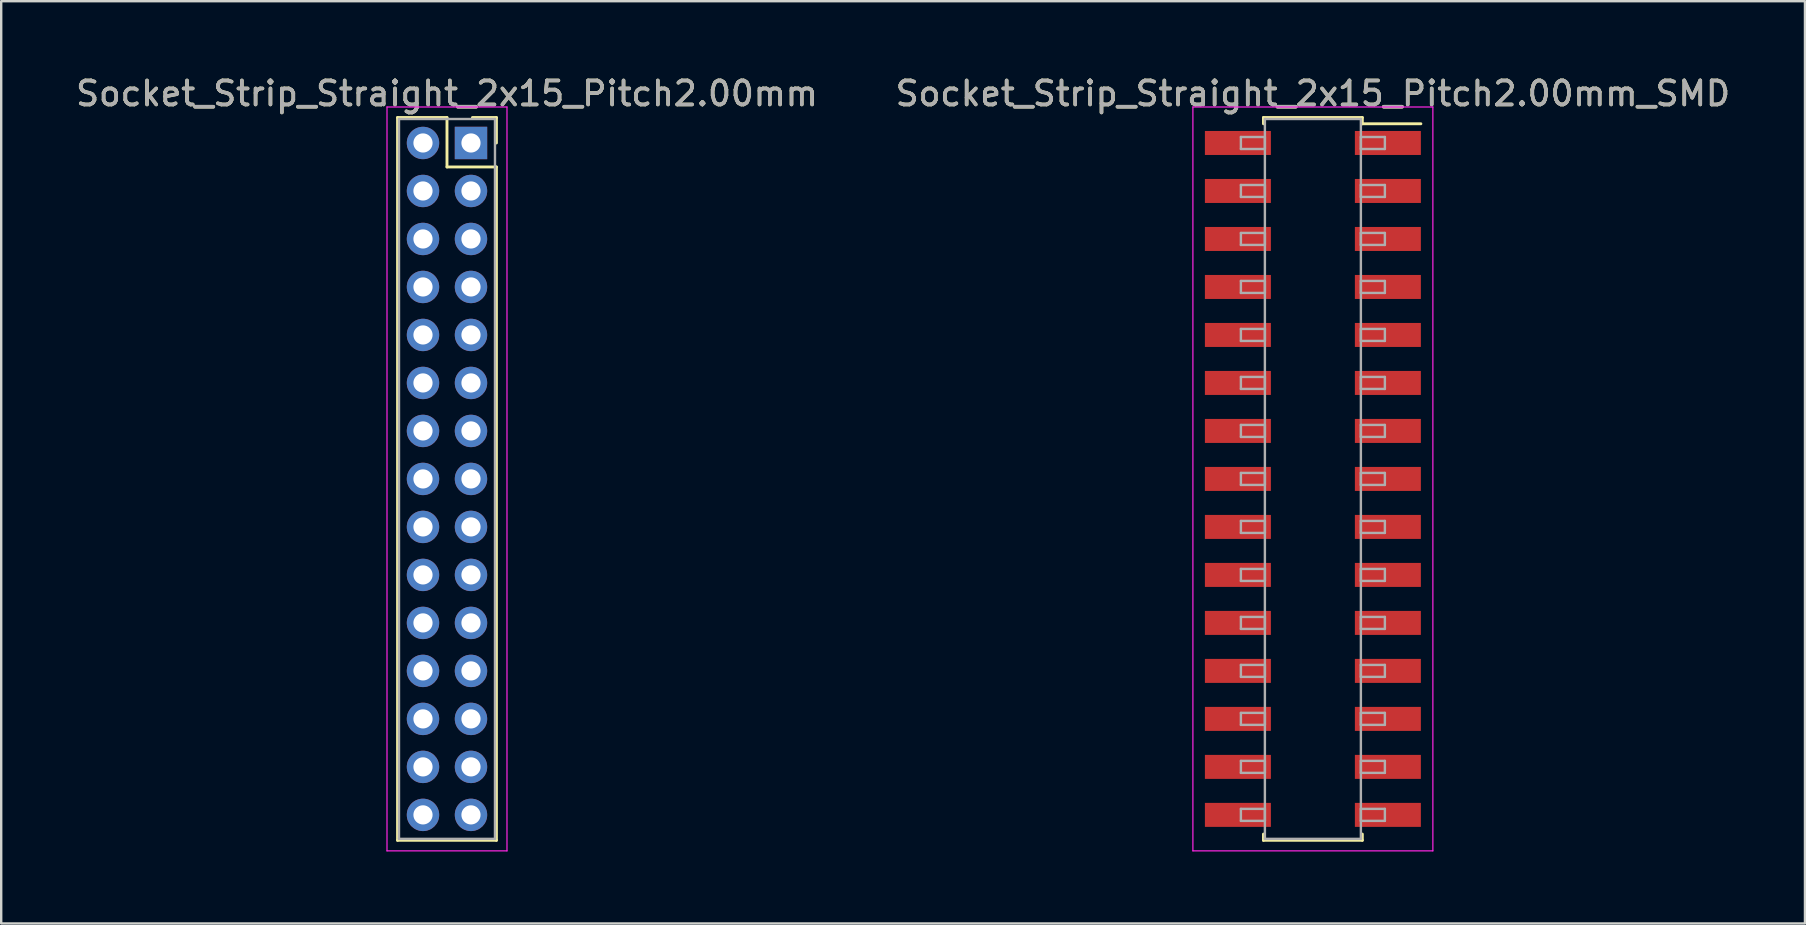
<source format=kicad_pcb>
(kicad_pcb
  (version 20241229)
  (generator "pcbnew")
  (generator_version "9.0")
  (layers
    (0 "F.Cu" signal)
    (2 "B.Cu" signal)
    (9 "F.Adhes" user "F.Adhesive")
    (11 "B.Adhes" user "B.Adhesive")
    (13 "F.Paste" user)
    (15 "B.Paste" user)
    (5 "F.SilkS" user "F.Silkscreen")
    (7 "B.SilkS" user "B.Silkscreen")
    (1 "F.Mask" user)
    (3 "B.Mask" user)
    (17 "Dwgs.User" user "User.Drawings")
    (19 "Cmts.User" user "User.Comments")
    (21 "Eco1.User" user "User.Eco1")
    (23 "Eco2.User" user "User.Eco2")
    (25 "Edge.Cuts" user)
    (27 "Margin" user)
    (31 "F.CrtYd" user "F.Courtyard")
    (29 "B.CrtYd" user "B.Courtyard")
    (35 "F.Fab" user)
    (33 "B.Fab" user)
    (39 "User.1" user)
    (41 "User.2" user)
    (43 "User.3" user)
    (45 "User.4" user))
  (footprint "Socket_Strip_Straight_2x15_Pitch2.00mm"
    (layer "F.Cu")
    (at 16.577 2.908)
    (property "Reference" "Socket_Strip_Straight_2x15_Pitch2.00mm" (at -1 -2.06 0) (layer "F.SilkS") (effects (font (size 1 1) (thickness 0.15))))
    (attr through_hole)
    (fp_line (start -3.06 -1.06) (end -1 -1.06) (stroke (width 0.12) (type solid)) (layer "F.SilkS"))
    (fp_line (start -3.06 29.06) (end -3.06 -1.06) (stroke (width 0.12) (type solid)) (layer "F.SilkS"))
    (fp_line (start -1 -1.06) (end -1 1) (stroke (width 0.12) (type solid)) (layer "F.SilkS"))
    (fp_line (start -1 1) (end 1.06 1) (stroke (width 0.12) (type solid)) (layer "F.SilkS"))
    (fp_line (start 1.06 -1.06) (end 0.06 -1.06) (stroke (width 0.12) (type solid)) (layer "F.SilkS"))
    (fp_line (start 1.06 0) (end 1.06 -1.06) (stroke (width 0.12) (type solid)) (layer "F.SilkS"))
    (fp_line (start 1.06 1) (end 1.06 29.06) (stroke (width 0.12) (type solid)) (layer "F.SilkS"))
    (fp_line (start 1.06 29.06) (end -3.06 29.06) (stroke (width 0.12) (type solid)) (layer "F.SilkS"))
    (fp_line (start -3.5 -1.5) (end -3.5 29.5) (stroke (width 0.05) (type solid)) (layer "F.CrtYd"))
    (fp_line (start -3.5 29.5) (end 1.5 29.5) (stroke (width 0.05) (type solid)) (layer "F.CrtYd"))
    (fp_line (start 1.5 -1.5) (end -3.5 -1.5) (stroke (width 0.05) (type solid)) (layer "F.CrtYd"))
    (fp_line (start 1.5 29.5) (end 1.5 -1.5) (stroke (width 0.05) (type solid)) (layer "F.CrtYd"))
    (fp_line (start -3 -1) (end -3 29) (stroke (width 0.1) (type solid)) (layer "F.Fab"))
    (fp_line (start -3 29) (end 1 29) (stroke (width 0.1) (type solid)) (layer "F.Fab"))
    (fp_line (start 1 -1) (end -3 -1) (stroke (width 0.1) (type solid)) (layer "F.Fab"))
    (fp_line (start 1 29) (end 1 -1) (stroke (width 0.1) (type solid)) (layer "F.Fab"))
    (fp_text user "${REFERENCE}" (at -1 -2.06 0) (layer "F.Fab") (effects (font (size 1 1) (thickness 0.15))))
    (pad "1" thru_hole rect (at 0 0) (size 1.35 1.35) (drill 0.8) (layers "*.Cu" "*.Mask"))
    (pad "2" thru_hole oval (at -2 0) (size 1.35 1.35) (drill 0.8) (layers "*.Cu" "*.Mask"))
    (pad "3" thru_hole oval (at 0 2) (size 1.35 1.35) (drill 0.8) (layers "*.Cu" "*.Mask"))
    (pad "4" thru_hole oval (at -2 2) (size 1.35 1.35) (drill 0.8) (layers "*.Cu" "*.Mask"))
    (pad "5" thru_hole oval (at 0 4) (size 1.35 1.35) (drill 0.8) (layers "*.Cu" "*.Mask"))
    (pad "6" thru_hole oval (at -2 4) (size 1.35 1.35) (drill 0.8) (layers "*.Cu" "*.Mask"))
    (pad "7" thru_hole oval (at 0 6) (size 1.35 1.35) (drill 0.8) (layers "*.Cu" "*.Mask"))
    (pad "8" thru_hole oval (at -2 6) (size 1.35 1.35) (drill 0.8) (layers "*.Cu" "*.Mask"))
    (pad "9" thru_hole oval (at 0 8) (size 1.35 1.35) (drill 0.8) (layers "*.Cu" "*.Mask"))
    (pad "10" thru_hole oval (at -2 8) (size 1.35 1.35) (drill 0.8) (layers "*.Cu" "*.Mask"))
    (pad "11" thru_hole oval (at 0 10) (size 1.35 1.35) (drill 0.8) (layers "*.Cu" "*.Mask"))
    (pad "12" thru_hole oval (at -2 10) (size 1.35 1.35) (drill 0.8) (layers "*.Cu" "*.Mask"))
    (pad "13" thru_hole oval (at 0 12) (size 1.35 1.35) (drill 0.8) (layers "*.Cu" "*.Mask"))
    (pad "14" thru_hole oval (at -2 12) (size 1.35 1.35) (drill 0.8) (layers "*.Cu" "*.Mask"))
    (pad "15" thru_hole oval (at 0 14) (size 1.35 1.35) (drill 0.8) (layers "*.Cu" "*.Mask"))
    (pad "16" thru_hole oval (at -2 14) (size 1.35 1.35) (drill 0.8) (layers "*.Cu" "*.Mask"))
    (pad "17" thru_hole oval (at 0 16) (size 1.35 1.35) (drill 0.8) (layers "*.Cu" "*.Mask"))
    (pad "18" thru_hole oval (at -2 16) (size 1.35 1.35) (drill 0.8) (layers "*.Cu" "*.Mask"))
    (pad "19" thru_hole oval (at 0 18) (size 1.35 1.35) (drill 0.8) (layers "*.Cu" "*.Mask"))
    (pad "20" thru_hole oval (at -2 18) (size 1.35 1.35) (drill 0.8) (layers "*.Cu" "*.Mask"))
    (pad "21" thru_hole oval (at 0 20) (size 1.35 1.35) (drill 0.8) (layers "*.Cu" "*.Mask"))
    (pad "22" thru_hole oval (at -2 20) (size 1.35 1.35) (drill 0.8) (layers "*.Cu" "*.Mask"))
    (pad "23" thru_hole oval (at 0 22) (size 1.35 1.35) (drill 0.8) (layers "*.Cu" "*.Mask"))
    (pad "24" thru_hole oval (at -2 22) (size 1.35 1.35) (drill 0.8) (layers "*.Cu" "*.Mask"))
    (pad "25" thru_hole oval (at 0 24) (size 1.35 1.35) (drill 0.8) (layers "*.Cu" "*.Mask"))
    (pad "26" thru_hole oval (at -2 24) (size 1.35 1.35) (drill 0.8) (layers "*.Cu" "*.Mask"))
    (pad "27" thru_hole oval (at 0 26) (size 1.35 1.35) (drill 0.8) (layers "*.Cu" "*.Mask"))
    (pad "28" thru_hole oval (at -2 26) (size 1.35 1.35) (drill 0.8) (layers "*.Cu" "*.Mask"))
    (pad "29" thru_hole oval (at 0 28) (size 1.35 1.35) (drill 0.8) (layers "*.Cu" "*.Mask"))
    (pad "30" thru_hole oval (at -2 28) (size 1.35 1.35) (drill 0.8) (layers "*.Cu" "*.Mask")))
  (footprint "Socket_Strip_Straight_2x15_Pitch2.00mm_SMD"
    (layer "F.Cu")
    (at 51.661 16.908)
    (property "Reference" "Socket_Strip_Straight_2x15_Pitch2.00mm_SMD" (at 0 -16.06 0) (layer "F.SilkS") (effects (font (size 1 1) (thickness 0.15))))
    (attr smd)
    (fp_line (start -2.06 -15.06) (end 2.06 -15.06) (stroke (width 0.12) (type solid)) (layer "F.SilkS"))
    (fp_line (start -2.06 -14.8) (end -2.06 -15.06) (stroke (width 0.12) (type solid)) (layer "F.SilkS"))
    (fp_line (start -2.06 14.8) (end -2.06 15.06) (stroke (width 0.12) (type solid)) (layer "F.SilkS"))
    (fp_line (start -2.06 15.06) (end 2.06 15.06) (stroke (width 0.12) (type solid)) (layer "F.SilkS"))
    (fp_line (start 2.06 -15.06) (end 2.06 -14.8) (stroke (width 0.12) (type solid)) (layer "F.SilkS"))
    (fp_line (start 2.06 15.06) (end 2.06 14.8) (stroke (width 0.12) (type solid)) (layer "F.SilkS"))
    (fp_line (start 4.5 -14.8) (end 2.06 -14.8) (stroke (width 0.12) (type solid)) (layer "F.SilkS"))
    (fp_line (start -5 -15.5) (end -5 15.5) (stroke (width 0.05) (type solid)) (layer "F.CrtYd"))
    (fp_line (start -5 15.5) (end 5 15.5) (stroke (width 0.05) (type solid)) (layer "F.CrtYd"))
    (fp_line (start 5 -15.5) (end -5 -15.5) (stroke (width 0.05) (type solid)) (layer "F.CrtYd"))
    (fp_line (start 5 15.5) (end 5 -15.5) (stroke (width 0.05) (type solid)) (layer "F.CrtYd"))
    (fp_line (start -3 -14.25) (end -2 -14.25) (stroke (width 0.1) (type solid)) (layer "F.Fab"))
    (fp_line (start -3 -13.75) (end -3 -14.25) (stroke (width 0.1) (type solid)) (layer "F.Fab"))
    (fp_line (start -3 -12.25) (end -2 -12.25) (stroke (width 0.1) (type solid)) (layer "F.Fab"))
    (fp_line (start -3 -11.75) (end -3 -12.25) (stroke (width 0.1) (type solid)) (layer "F.Fab"))
    (fp_line (start -3 -10.25) (end -2 -10.25) (stroke (width 0.1) (type solid)) (layer "F.Fab"))
    (fp_line (start -3 -9.75) (end -3 -10.25) (stroke (width 0.1) (type solid)) (layer "F.Fab"))
    (fp_line (start -3 -8.25) (end -2 -8.25) (stroke (width 0.1) (type solid)) (layer "F.Fab"))
    (fp_line (start -3 -7.75) (end -3 -8.25) (stroke (width 0.1) (type solid)) (layer "F.Fab"))
    (fp_line (start -3 -6.25) (end -2 -6.25) (stroke (width 0.1) (type solid)) (layer "F.Fab"))
    (fp_line (start -3 -5.75) (end -3 -6.25) (stroke (width 0.1) (type solid)) (layer "F.Fab"))
    (fp_line (start -3 -4.25) (end -2 -4.25) (stroke (width 0.1) (type solid)) (layer "F.Fab"))
    (fp_line (start -3 -3.75) (end -3 -4.25) (stroke (width 0.1) (type solid)) (layer "F.Fab"))
    (fp_line (start -3 -2.25) (end -2 -2.25) (stroke (width 0.1) (type solid)) (layer "F.Fab"))
    (fp_line (start -3 -1.75) (end -3 -2.25) (stroke (width 0.1) (type solid)) (layer "F.Fab"))
    (fp_line (start -3 -0.25) (end -2 -0.25) (stroke (width 0.1) (type solid)) (layer "F.Fab"))
    (fp_line (start -3 0.25) (end -3 -0.25) (stroke (width 0.1) (type solid)) (layer "F.Fab"))
    (fp_line (start -3 1.75) (end -2 1.75) (stroke (width 0.1) (type solid)) (layer "F.Fab"))
    (fp_line (start -3 2.25) (end -3 1.75) (stroke (width 0.1) (type solid)) (layer "F.Fab"))
    (fp_line (start -3 3.75) (end -2 3.75) (stroke (width 0.1) (type solid)) (layer "F.Fab"))
    (fp_line (start -3 4.25) (end -3 3.75) (stroke (width 0.1) (type solid)) (layer "F.Fab"))
    (fp_line (start -3 5.75) (end -2 5.75) (stroke (width 0.1) (type solid)) (layer "F.Fab"))
    (fp_line (start -3 6.25) (end -3 5.75) (stroke (width 0.1) (type solid)) (layer "F.Fab"))
    (fp_line (start -3 7.75) (end -2 7.75) (stroke (width 0.1) (type solid)) (layer "F.Fab"))
    (fp_line (start -3 8.25) (end -3 7.75) (stroke (width 0.1) (type solid)) (layer "F.Fab"))
    (fp_line (start -3 9.75) (end -2 9.75) (stroke (width 0.1) (type solid)) (layer "F.Fab"))
    (fp_line (start -3 10.25) (end -3 9.75) (stroke (width 0.1) (type solid)) (layer "F.Fab"))
    (fp_line (start -3 11.75) (end -2 11.75) (stroke (width 0.1) (type solid)) (layer "F.Fab"))
    (fp_line (start -3 12.25) (end -3 11.75) (stroke (width 0.1) (type solid)) (layer "F.Fab"))
    (fp_line (start -3 13.75) (end -2 13.75) (stroke (width 0.1) (type solid)) (layer "F.Fab"))
    (fp_line (start -3 14.25) (end -3 13.75) (stroke (width 0.1) (type solid)) (layer "F.Fab"))
    (fp_line (start -2 -15) (end -2 15) (stroke (width 0.1) (type solid)) (layer "F.Fab"))
    (fp_line (start -2 -14.25) (end -2 -13.75) (stroke (width 0.1) (type solid)) (layer "F.Fab"))
    (fp_line (start -2 -13.75) (end -3 -13.75) (stroke (width 0.1) (type solid)) (layer "F.Fab"))
    (fp_line (start -2 -12.25) (end -2 -11.75) (stroke (width 0.1) (type solid)) (layer "F.Fab"))
    (fp_line (start -2 -11.75) (end -3 -11.75) (stroke (width 0.1) (type solid)) (layer "F.Fab"))
    (fp_line (start -2 -10.25) (end -2 -9.75) (stroke (width 0.1) (type solid)) (layer "F.Fab"))
    (fp_line (start -2 -9.75) (end -3 -9.75) (stroke (width 0.1) (type solid)) (layer "F.Fab"))
    (fp_line (start -2 -8.25) (end -2 -7.75) (stroke (width 0.1) (type solid)) (layer "F.Fab"))
    (fp_line (start -2 -7.75) (end -3 -7.75) (stroke (width 0.1) (type solid)) (layer "F.Fab"))
    (fp_line (start -2 -6.25) (end -2 -5.75) (stroke (width 0.1) (type solid)) (layer "F.Fab"))
    (fp_line (start -2 -5.75) (end -3 -5.75) (stroke (width 0.1) (type solid)) (layer "F.Fab"))
    (fp_line (start -2 -4.25) (end -2 -3.75) (stroke (width 0.1) (type solid)) (layer "F.Fab"))
    (fp_line (start -2 -3.75) (end -3 -3.75) (stroke (width 0.1) (type solid)) (layer "F.Fab"))
    (fp_line (start -2 -2.25) (end -2 -1.75) (stroke (width 0.1) (type solid)) (layer "F.Fab"))
    (fp_line (start -2 -1.75) (end -3 -1.75) (stroke (width 0.1) (type solid)) (layer "F.Fab"))
    (fp_line (start -2 -0.25) (end -2 0.25) (stroke (width 0.1) (type solid)) (layer "F.Fab"))
    (fp_line (start -2 0.25) (end -3 0.25) (stroke (width 0.1) (type solid)) (layer "F.Fab"))
    (fp_line (start -2 1.75) (end -2 2.25) (stroke (width 0.1) (type solid)) (layer "F.Fab"))
    (fp_line (start -2 2.25) (end -3 2.25) (stroke (width 0.1) (type solid)) (layer "F.Fab"))
    (fp_line (start -2 3.75) (end -2 4.25) (stroke (width 0.1) (type solid)) (layer "F.Fab"))
    (fp_line (start -2 4.25) (end -3 4.25) (stroke (width 0.1) (type solid)) (layer "F.Fab"))
    (fp_line (start -2 5.75) (end -2 6.25) (stroke (width 0.1) (type solid)) (layer "F.Fab"))
    (fp_line (start -2 6.25) (end -3 6.25) (stroke (width 0.1) (type solid)) (layer "F.Fab"))
    (fp_line (start -2 7.75) (end -2 8.25) (stroke (width 0.1) (type solid)) (layer "F.Fab"))
    (fp_line (start -2 8.25) (end -3 8.25) (stroke (width 0.1) (type solid)) (layer "F.Fab"))
    (fp_line (start -2 9.75) (end -2 10.25) (stroke (width 0.1) (type solid)) (layer "F.Fab"))
    (fp_line (start -2 10.25) (end -3 10.25) (stroke (width 0.1) (type solid)) (layer "F.Fab"))
    (fp_line (start -2 11.75) (end -2 12.25) (stroke (width 0.1) (type solid)) (layer "F.Fab"))
    (fp_line (start -2 12.25) (end -3 12.25) (stroke (width 0.1) (type solid)) (layer "F.Fab"))
    (fp_line (start -2 13.75) (end -2 14.25) (stroke (width 0.1) (type solid)) (layer "F.Fab"))
    (fp_line (start -2 14.25) (end -3 14.25) (stroke (width 0.1) (type solid)) (layer "F.Fab"))
    (fp_line (start -2 15) (end 2 15) (stroke (width 0.1) (type solid)) (layer "F.Fab"))
    (fp_line (start 2 -15) (end -2 -15) (stroke (width 0.1) (type solid)) (layer "F.Fab"))
    (fp_line (start 2 -14.25) (end 2 -13.75) (stroke (width 0.1) (type solid)) (layer "F.Fab"))
    (fp_line (start 2 -13.75) (end 3 -13.75) (stroke (width 0.1) (type solid)) (layer "F.Fab"))
    (fp_line (start 2 -12.25) (end 2 -11.75) (stroke (width 0.1) (type solid)) (layer "F.Fab"))
    (fp_line (start 2 -11.75) (end 3 -11.75) (stroke (width 0.1) (type solid)) (layer "F.Fab"))
    (fp_line (start 2 -10.25) (end 2 -9.75) (stroke (width 0.1) (type solid)) (layer "F.Fab"))
    (fp_line (start 2 -9.75) (end 3 -9.75) (stroke (width 0.1) (type solid)) (layer "F.Fab"))
    (fp_line (start 2 -8.25) (end 2 -7.75) (stroke (width 0.1) (type solid)) (layer "F.Fab"))
    (fp_line (start 2 -7.75) (end 3 -7.75) (stroke (width 0.1) (type solid)) (layer "F.Fab"))
    (fp_line (start 2 -6.25) (end 2 -5.75) (stroke (width 0.1) (type solid)) (layer "F.Fab"))
    (fp_line (start 2 -5.75) (end 3 -5.75) (stroke (width 0.1) (type solid)) (layer "F.Fab"))
    (fp_line (start 2 -4.25) (end 2 -3.75) (stroke (width 0.1) (type solid)) (layer "F.Fab"))
    (fp_line (start 2 -3.75) (end 3 -3.75) (stroke (width 0.1) (type solid)) (layer "F.Fab"))
    (fp_line (start 2 -2.25) (end 2 -1.75) (stroke (width 0.1) (type solid)) (layer "F.Fab"))
    (fp_line (start 2 -1.75) (end 3 -1.75) (stroke (width 0.1) (type solid)) (layer "F.Fab"))
    (fp_line (start 2 -0.25) (end 2 0.25) (stroke (width 0.1) (type solid)) (layer "F.Fab"))
    (fp_line (start 2 0.25) (end 3 0.25) (stroke (width 0.1) (type solid)) (layer "F.Fab"))
    (fp_line (start 2 1.75) (end 2 2.25) (stroke (width 0.1) (type solid)) (layer "F.Fab"))
    (fp_line (start 2 2.25) (end 3 2.25) (stroke (width 0.1) (type solid)) (layer "F.Fab"))
    (fp_line (start 2 3.75) (end 2 4.25) (stroke (width 0.1) (type solid)) (layer "F.Fab"))
    (fp_line (start 2 4.25) (end 3 4.25) (stroke (width 0.1) (type solid)) (layer "F.Fab"))
    (fp_line (start 2 5.75) (end 2 6.25) (stroke (width 0.1) (type solid)) (layer "F.Fab"))
    (fp_line (start 2 6.25) (end 3 6.25) (stroke (width 0.1) (type solid)) (layer "F.Fab"))
    (fp_line (start 2 7.75) (end 2 8.25) (stroke (width 0.1) (type solid)) (layer "F.Fab"))
    (fp_line (start 2 8.25) (end 3 8.25) (stroke (width 0.1) (type solid)) (layer "F.Fab"))
    (fp_line (start 2 9.75) (end 2 10.25) (stroke (width 0.1) (type solid)) (layer "F.Fab"))
    (fp_line (start 2 10.25) (end 3 10.25) (stroke (width 0.1) (type solid)) (layer "F.Fab"))
    (fp_line (start 2 11.75) (end 2 12.25) (stroke (width 0.1) (type solid)) (layer "F.Fab"))
    (fp_line (start 2 12.25) (end 3 12.25) (stroke (width 0.1) (type solid)) (layer "F.Fab"))
    (fp_line (start 2 13.75) (end 2 14.25) (stroke (width 0.1) (type solid)) (layer "F.Fab"))
    (fp_line (start 2 14.25) (end 3 14.25) (stroke (width 0.1) (type solid)) (layer "F.Fab"))
    (fp_line (start 2 15) (end 2 -15) (stroke (width 0.1) (type solid)) (layer "F.Fab"))
    (fp_line (start 3 -14.25) (end 2 -14.25) (stroke (width 0.1) (type solid)) (layer "F.Fab"))
    (fp_line (start 3 -13.75) (end 3 -14.25) (stroke (width 0.1) (type solid)) (layer "F.Fab"))
    (fp_line (start 3 -12.25) (end 2 -12.25) (stroke (width 0.1) (type solid)) (layer "F.Fab"))
    (fp_line (start 3 -11.75) (end 3 -12.25) (stroke (width 0.1) (type solid)) (layer "F.Fab"))
    (fp_line (start 3 -10.25) (end 2 -10.25) (stroke (width 0.1) (type solid)) (layer "F.Fab"))
    (fp_line (start 3 -9.75) (end 3 -10.25) (stroke (width 0.1) (type solid)) (layer "F.Fab"))
    (fp_line (start 3 -8.25) (end 2 -8.25) (stroke (width 0.1) (type solid)) (layer "F.Fab"))
    (fp_line (start 3 -7.75) (end 3 -8.25) (stroke (width 0.1) (type solid)) (layer "F.Fab"))
    (fp_line (start 3 -6.25) (end 2 -6.25) (stroke (width 0.1) (type solid)) (layer "F.Fab"))
    (fp_line (start 3 -5.75) (end 3 -6.25) (stroke (width 0.1) (type solid)) (layer "F.Fab"))
    (fp_line (start 3 -4.25) (end 2 -4.25) (stroke (width 0.1) (type solid)) (layer "F.Fab"))
    (fp_line (start 3 -3.75) (end 3 -4.25) (stroke (width 0.1) (type solid)) (layer "F.Fab"))
    (fp_line (start 3 -2.25) (end 2 -2.25) (stroke (width 0.1) (type solid)) (layer "F.Fab"))
    (fp_line (start 3 -1.75) (end 3 -2.25) (stroke (width 0.1) (type solid)) (layer "F.Fab"))
    (fp_line (start 3 -0.25) (end 2 -0.25) (stroke (width 0.1) (type solid)) (layer "F.Fab"))
    (fp_line (start 3 0.25) (end 3 -0.25) (stroke (width 0.1) (type solid)) (layer "F.Fab"))
    (fp_line (start 3 1.75) (end 2 1.75) (stroke (width 0.1) (type solid)) (layer "F.Fab"))
    (fp_line (start 3 2.25) (end 3 1.75) (stroke (width 0.1) (type solid)) (layer "F.Fab"))
    (fp_line (start 3 3.75) (end 2 3.75) (stroke (width 0.1) (type solid)) (layer "F.Fab"))
    (fp_line (start 3 4.25) (end 3 3.75) (stroke (width 0.1) (type solid)) (layer "F.Fab"))
    (fp_line (start 3 5.75) (end 2 5.75) (stroke (width 0.1) (type solid)) (layer "F.Fab"))
    (fp_line (start 3 6.25) (end 3 5.75) (stroke (width 0.1) (type solid)) (layer "F.Fab"))
    (fp_line (start 3 7.75) (end 2 7.75) (stroke (width 0.1) (type solid)) (layer "F.Fab"))
    (fp_line (start 3 8.25) (end 3 7.75) (stroke (width 0.1) (type solid)) (layer "F.Fab"))
    (fp_line (start 3 9.75) (end 2 9.75) (stroke (width 0.1) (type solid)) (layer "F.Fab"))
    (fp_line (start 3 10.25) (end 3 9.75) (stroke (width 0.1) (type solid)) (layer "F.Fab"))
    (fp_line (start 3 11.75) (end 2 11.75) (stroke (width 0.1) (type solid)) (layer "F.Fab"))
    (fp_line (start 3 12.25) (end 3 11.75) (stroke (width 0.1) (type solid)) (layer "F.Fab"))
    (fp_line (start 3 13.75) (end 2 13.75) (stroke (width 0.1) (type solid)) (layer "F.Fab"))
    (fp_line (start 3 14.25) (end 3 13.75) (stroke (width 0.1) (type solid)) (layer "F.Fab"))
    (fp_text user "${REFERENCE}" (at 0 -16.06 0) (layer "F.Fab") (effects (font (size 1 1) (thickness 0.15))))
    (pad "1" smd rect (at 3.125 -14) (size 2.75 1) (layers "F.Cu" "F.Mask" "F.Paste"))
    (pad "2" smd rect (at -3.125 -14) (size 2.75 1) (layers "F.Cu" "F.Mask" "F.Paste"))
    (pad "3" smd rect (at 3.125 -12) (size 2.75 1) (layers "F.Cu" "F.Mask" "F.Paste"))
    (pad "4" smd rect (at -3.125 -12) (size 2.75 1) (layers "F.Cu" "F.Mask" "F.Paste"))
    (pad "5" smd rect (at 3.125 -10) (size 2.75 1) (layers "F.Cu" "F.Mask" "F.Paste"))
    (pad "6" smd rect (at -3.125 -10) (size 2.75 1) (layers "F.Cu" "F.Mask" "F.Paste"))
    (pad "7" smd rect (at 3.125 -8) (size 2.75 1) (layers "F.Cu" "F.Mask" "F.Paste"))
    (pad "8" smd rect (at -3.125 -8) (size 2.75 1) (layers "F.Cu" "F.Mask" "F.Paste"))
    (pad "9" smd rect (at 3.125 -6) (size 2.75 1) (layers "F.Cu" "F.Mask" "F.Paste"))
    (pad "10" smd rect (at -3.125 -6) (size 2.75 1) (layers "F.Cu" "F.Mask" "F.Paste"))
    (pad "11" smd rect (at 3.125 -4) (size 2.75 1) (layers "F.Cu" "F.Mask" "F.Paste"))
    (pad "12" smd rect (at -3.125 -4) (size 2.75 1) (layers "F.Cu" "F.Mask" "F.Paste"))
    (pad "13" smd rect (at 3.125 -2) (size 2.75 1) (layers "F.Cu" "F.Mask" "F.Paste"))
    (pad "14" smd rect (at -3.125 -2) (size 2.75 1) (layers "F.Cu" "F.Mask" "F.Paste"))
    (pad "15" smd rect (at 3.125 0) (size 2.75 1) (layers "F.Cu" "F.Mask" "F.Paste"))
    (pad "16" smd rect (at -3.125 0) (size 2.75 1) (layers "F.Cu" "F.Mask" "F.Paste"))
    (pad "17" smd rect (at 3.125 2) (size 2.75 1) (layers "F.Cu" "F.Mask" "F.Paste"))
    (pad "18" smd rect (at -3.125 2) (size 2.75 1) (layers "F.Cu" "F.Mask" "F.Paste"))
    (pad "19" smd rect (at 3.125 4) (size 2.75 1) (layers "F.Cu" "F.Mask" "F.Paste"))
    (pad "20" smd rect (at -3.125 4) (size 2.75 1) (layers "F.Cu" "F.Mask" "F.Paste"))
    (pad "21" smd rect (at 3.125 6) (size 2.75 1) (layers "F.Cu" "F.Mask" "F.Paste"))
    (pad "22" smd rect (at -3.125 6) (size 2.75 1) (layers "F.Cu" "F.Mask" "F.Paste"))
    (pad "23" smd rect (at 3.125 8) (size 2.75 1) (layers "F.Cu" "F.Mask" "F.Paste"))
    (pad "24" smd rect (at -3.125 8) (size 2.75 1) (layers "F.Cu" "F.Mask" "F.Paste"))
    (pad "25" smd rect (at 3.125 10) (size 2.75 1) (layers "F.Cu" "F.Mask" "F.Paste"))
    (pad "26" smd rect (at -3.125 10) (size 2.75 1) (layers "F.Cu" "F.Mask" "F.Paste"))
    (pad "27" smd rect (at 3.125 12) (size 2.75 1) (layers "F.Cu" "F.Mask" "F.Paste"))
    (pad "28" smd rect (at -3.125 12) (size 2.75 1) (layers "F.Cu" "F.Mask" "F.Paste"))
    (pad "29" smd rect (at 3.125 14) (size 2.75 1) (layers "F.Cu" "F.Mask" "F.Paste"))
    (pad "30" smd rect (at -3.125 14) (size 2.75 1) (layers "F.Cu" "F.Mask" "F.Paste")))
  (gr_rect
    (start -3 -3)
    (end 72.167 35.433)
    (stroke (width 0.1) (type default))
    (fill no)
    (layer "Edge.Cuts")))
</source>
